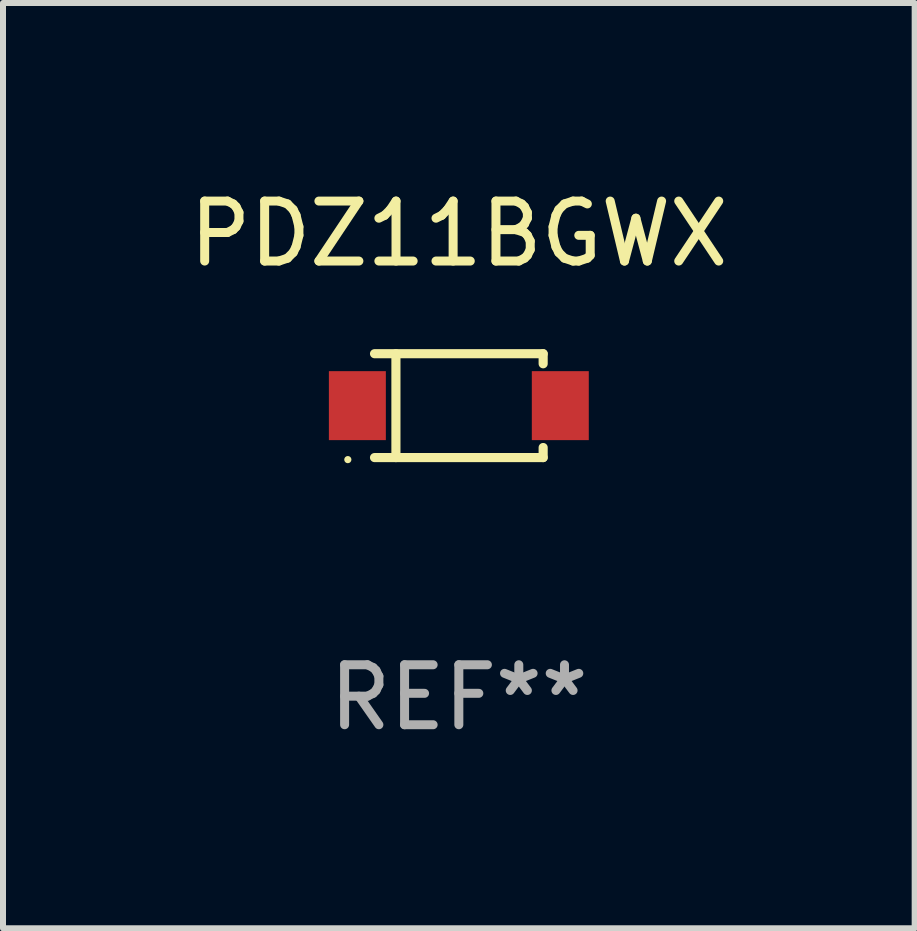
<source format=kicad_pcb>
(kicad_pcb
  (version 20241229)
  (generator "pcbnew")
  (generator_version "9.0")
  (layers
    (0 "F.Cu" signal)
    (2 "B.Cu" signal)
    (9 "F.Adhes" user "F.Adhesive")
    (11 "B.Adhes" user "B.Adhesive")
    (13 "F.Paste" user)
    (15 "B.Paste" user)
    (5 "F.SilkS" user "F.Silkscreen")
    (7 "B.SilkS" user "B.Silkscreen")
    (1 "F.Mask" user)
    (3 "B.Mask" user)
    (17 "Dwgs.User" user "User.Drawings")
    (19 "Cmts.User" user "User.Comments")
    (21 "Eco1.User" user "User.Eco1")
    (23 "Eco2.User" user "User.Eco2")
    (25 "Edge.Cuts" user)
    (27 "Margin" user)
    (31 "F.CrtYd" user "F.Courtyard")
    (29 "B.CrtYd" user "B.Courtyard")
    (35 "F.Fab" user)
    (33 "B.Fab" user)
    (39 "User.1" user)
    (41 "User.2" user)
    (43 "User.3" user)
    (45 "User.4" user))
  (footprint "PDZ11BGWX"
    (layer "F.Cu")
    (at 4.601 3.714)
    (property "Reference" "PDZ11BGWX" (at 0 -2.866 0) (layer "F.SilkS") (effects (font (size 1 1) (thickness 0.15))))
    (attr through_hole)
    (fp_line (start -1.406 -0.866) (end 1.406 -0.866) (stroke (width 0.152) (type solid)) (layer "F.SilkS"))
    (fp_line (start -1.406 0.866) (end 1.406 0.866) (stroke (width 0.152) (type solid)) (layer "F.SilkS"))
    (fp_line (start -1.049 -0.866) (end -1.049 0.866) (stroke (width 0.152) (type solid)) (layer "F.SilkS"))
    (fp_line (start 1.406 -0.866) (end 1.406 -0.698) (stroke (width 0.152) (type solid)) (layer "F.SilkS"))
    (fp_line (start 1.406 0.866) (end 1.406 0.698) (stroke (width 0.152) (type solid)) (layer "F.SilkS"))
    (fp_circle (center -1.851 0.9) (end -1.821 0.9) (stroke (width 0.06) (type solid)) (fill no) (layer "F.SilkS"))
    (fp_text user "REF**" (at 0 4.866 0) (layer "F.Fab") (effects (font (size 1 1) (thickness 0.15))))
    (pad "1" smd rect (at -1.692 0) (size 0.95 1.15) (layers "F.Cu" "F.Mask" "F.Paste"))
    (pad "2" smd rect (at 1.692 0) (size 0.95 1.15) (layers "F.Cu" "F.Mask" "F.Paste")))
  (gr_rect
    (start -3 -3)
    (end 12.202 12.429)
    (stroke (width 0.1) (type default))
    (fill no)
    (layer "Edge.Cuts")))
</source>
